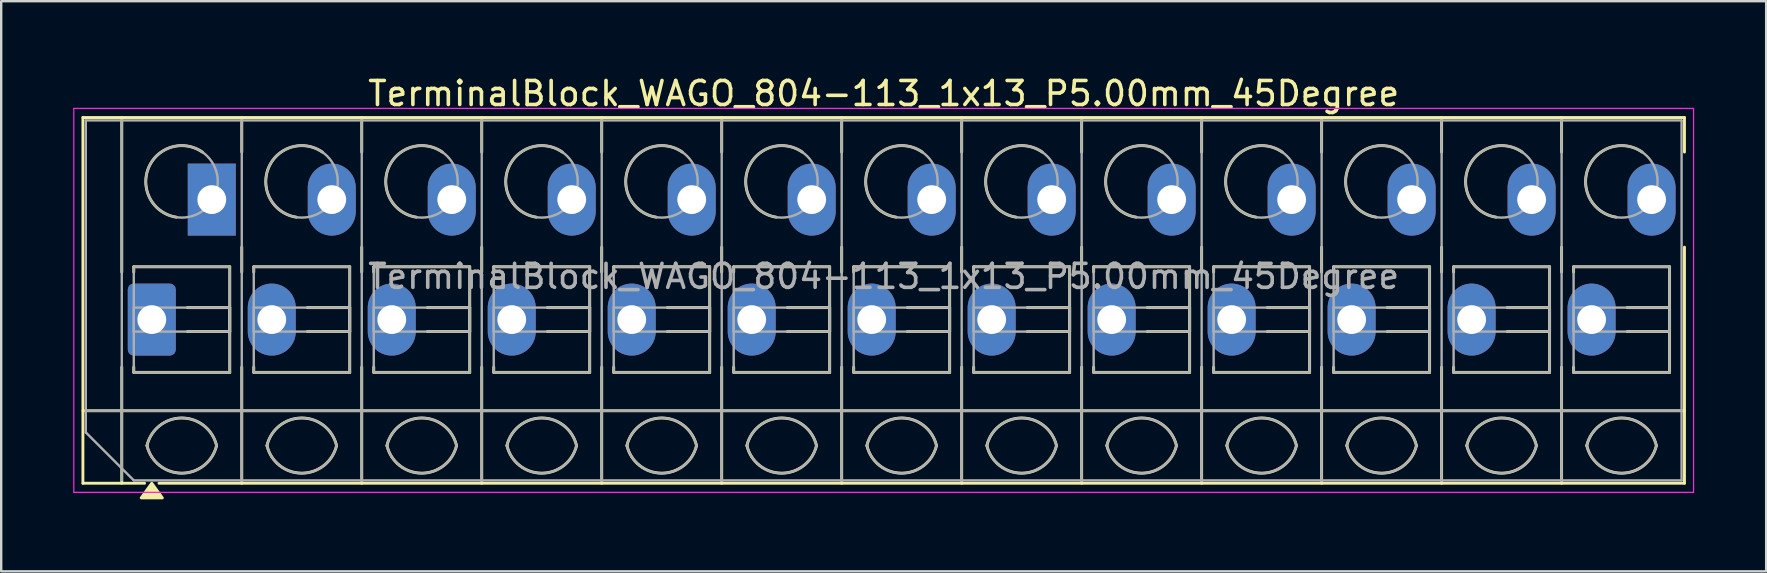
<source format=kicad_pcb>
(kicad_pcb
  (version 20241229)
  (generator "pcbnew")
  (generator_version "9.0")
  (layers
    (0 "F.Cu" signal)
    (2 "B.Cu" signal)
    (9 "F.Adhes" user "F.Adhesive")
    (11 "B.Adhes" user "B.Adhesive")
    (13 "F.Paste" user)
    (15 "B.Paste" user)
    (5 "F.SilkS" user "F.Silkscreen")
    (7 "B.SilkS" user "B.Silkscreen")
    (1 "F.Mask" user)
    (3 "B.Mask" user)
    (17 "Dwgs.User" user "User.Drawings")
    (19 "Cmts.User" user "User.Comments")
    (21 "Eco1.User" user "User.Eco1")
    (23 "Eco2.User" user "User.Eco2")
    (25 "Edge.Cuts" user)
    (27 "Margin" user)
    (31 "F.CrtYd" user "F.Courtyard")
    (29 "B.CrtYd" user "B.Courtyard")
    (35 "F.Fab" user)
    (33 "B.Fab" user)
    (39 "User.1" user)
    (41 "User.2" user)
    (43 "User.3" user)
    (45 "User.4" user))
  (footprint "TerminalBlock_WAGO_804-113_1x13_P5.00mm_45Degree"
    (layer "F.Cu")
    (at 3.275 10.268)
    (property "Reference" "TerminalBlock_WAGO_804-113_1x13_P5.00mm_45Degree" (at 30.5 -9.42 0) (layer "F.SilkS") (effects (font (size 1 1) (thickness 0.15))))
    (attr through_hole)
    (fp_line (start -2.87 -8.42) (end -2.87 6.82) (stroke (width 0.12) (type solid)) (layer "F.SilkS"))
    (fp_line (start -2.87 -8.42) (end 63.87 -8.42) (stroke (width 0.12) (type solid)) (layer "F.SilkS"))
    (fp_line (start -2.87 3.8) (end 63.87 3.8) (stroke (width 0.12) (type solid)) (layer "F.SilkS"))
    (fp_line (start -2.87 6.82) (end -0.3 6.82) (stroke (width 0.12) (type solid)) (layer "F.SilkS"))
    (fp_line (start -1.25 -8.42) (end -1.25 -1.98) (stroke (width 0.12) (type solid)) (layer "F.SilkS"))
    (fp_line (start -1.25 1.98) (end -1.25 6.82) (stroke (width 0.12) (type solid)) (layer "F.SilkS"))
    (fp_line (start -0.75 -2.2) (end -0.75 -1.98) (stroke (width 0.12) (type solid)) (layer "F.SilkS"))
    (fp_line (start -0.75 -2.2) (end 3.25 -2.2) (stroke (width 0.12) (type solid)) (layer "F.SilkS"))
    (fp_line (start -0.75 1.98) (end -0.75 2.2) (stroke (width 0.12) (type solid)) (layer "F.SilkS"))
    (fp_line (start -0.75 2.2) (end 3.25 2.2) (stroke (width 0.12) (type solid)) (layer "F.SilkS"))
    (fp_line (start 0.3 6.82) (end 63.87 6.82) (stroke (width 0.12) (type solid)) (layer "F.SilkS"))
    (fp_line (start 1.48 -0.5) (end 3.25 -0.5) (stroke (width 0.12) (type solid)) (layer "F.SilkS"))
    (fp_line (start 1.48 0.5) (end 3.25 0.5) (stroke (width 0.12) (type solid)) (layer "F.SilkS"))
    (fp_line (start 3.25 -2.2) (end 3.25 2.2) (stroke (width 0.12) (type solid)) (layer "F.SilkS"))
    (fp_line (start 3.25 -0.5) (end 3.25 0.5) (stroke (width 0.12) (type solid)) (layer "F.SilkS"))
    (fp_line (start 3.75 -8.42) (end 3.75 -6.98) (stroke (width 0.12) (type solid)) (layer "F.SilkS"))
    (fp_line (start 3.75 -3.02) (end 3.75 -1.98) (stroke (width 0.12) (type solid)) (layer "F.SilkS"))
    (fp_line (start 3.75 1.98) (end 3.75 6.82) (stroke (width 0.12) (type solid)) (layer "F.SilkS"))
    (fp_line (start 4.25 -2.2) (end 4.25 -1.98) (stroke (width 0.12) (type solid)) (layer "F.SilkS"))
    (fp_line (start 4.25 -2.2) (end 8.25 -2.2) (stroke (width 0.12) (type solid)) (layer "F.SilkS"))
    (fp_line (start 4.25 1.98) (end 4.25 2.2) (stroke (width 0.12) (type solid)) (layer "F.SilkS"))
    (fp_line (start 4.25 2.2) (end 8.25 2.2) (stroke (width 0.12) (type solid)) (layer "F.SilkS"))
    (fp_line (start 6.48 -0.5) (end 8.25 -0.5) (stroke (width 0.12) (type solid)) (layer "F.SilkS"))
    (fp_line (start 6.48 0.5) (end 8.25 0.5) (stroke (width 0.12) (type solid)) (layer "F.SilkS"))
    (fp_line (start 8.25 -2.2) (end 8.25 2.2) (stroke (width 0.12) (type solid)) (layer "F.SilkS"))
    (fp_line (start 8.25 -0.5) (end 8.25 0.5) (stroke (width 0.12) (type solid)) (layer "F.SilkS"))
    (fp_line (start 8.75 -8.42) (end 8.75 -6.98) (stroke (width 0.12) (type solid)) (layer "F.SilkS"))
    (fp_line (start 8.75 -3.02) (end 8.75 -1.98) (stroke (width 0.12) (type solid)) (layer "F.SilkS"))
    (fp_line (start 8.75 1.98) (end 8.75 6.82) (stroke (width 0.12) (type solid)) (layer "F.SilkS"))
    (fp_line (start 9.25 -2.2) (end 9.25 -1.98) (stroke (width 0.12) (type solid)) (layer "F.SilkS"))
    (fp_line (start 9.25 -2.2) (end 13.25 -2.2) (stroke (width 0.12) (type solid)) (layer "F.SilkS"))
    (fp_line (start 9.25 1.98) (end 9.25 2.2) (stroke (width 0.12) (type solid)) (layer "F.SilkS"))
    (fp_line (start 9.25 2.2) (end 13.25 2.2) (stroke (width 0.12) (type solid)) (layer "F.SilkS"))
    (fp_line (start 11.48 -0.5) (end 13.25 -0.5) (stroke (width 0.12) (type solid)) (layer "F.SilkS"))
    (fp_line (start 11.48 0.5) (end 13.25 0.5) (stroke (width 0.12) (type solid)) (layer "F.SilkS"))
    (fp_line (start 13.25 -2.2) (end 13.25 2.2) (stroke (width 0.12) (type solid)) (layer "F.SilkS"))
    (fp_line (start 13.25 -0.5) (end 13.25 0.5) (stroke (width 0.12) (type solid)) (layer "F.SilkS"))
    (fp_line (start 13.75 -8.42) (end 13.75 -6.98) (stroke (width 0.12) (type solid)) (layer "F.SilkS"))
    (fp_line (start 13.75 -3.02) (end 13.75 -1.98) (stroke (width 0.12) (type solid)) (layer "F.SilkS"))
    (fp_line (start 13.75 1.98) (end 13.75 6.82) (stroke (width 0.12) (type solid)) (layer "F.SilkS"))
    (fp_line (start 14.25 -2.2) (end 14.25 -1.98) (stroke (width 0.12) (type solid)) (layer "F.SilkS"))
    (fp_line (start 14.25 -2.2) (end 18.25 -2.2) (stroke (width 0.12) (type solid)) (layer "F.SilkS"))
    (fp_line (start 14.25 1.98) (end 14.25 2.2) (stroke (width 0.12) (type solid)) (layer "F.SilkS"))
    (fp_line (start 14.25 2.2) (end 18.25 2.2) (stroke (width 0.12) (type solid)) (layer "F.SilkS"))
    (fp_line (start 16.48 -0.5) (end 18.25 -0.5) (stroke (width 0.12) (type solid)) (layer "F.SilkS"))
    (fp_line (start 16.48 0.5) (end 18.25 0.5) (stroke (width 0.12) (type solid)) (layer "F.SilkS"))
    (fp_line (start 18.25 -2.2) (end 18.25 2.2) (stroke (width 0.12) (type solid)) (layer "F.SilkS"))
    (fp_line (start 18.25 -0.5) (end 18.25 0.5) (stroke (width 0.12) (type solid)) (layer "F.SilkS"))
    (fp_line (start 18.75 -8.42) (end 18.75 -6.98) (stroke (width 0.12) (type solid)) (layer "F.SilkS"))
    (fp_line (start 18.75 -3.02) (end 18.75 -1.98) (stroke (width 0.12) (type solid)) (layer "F.SilkS"))
    (fp_line (start 18.75 1.98) (end 18.75 6.82) (stroke (width 0.12) (type solid)) (layer "F.SilkS"))
    (fp_line (start 19.25 -2.2) (end 19.25 -1.98) (stroke (width 0.12) (type solid)) (layer "F.SilkS"))
    (fp_line (start 19.25 -2.2) (end 23.25 -2.2) (stroke (width 0.12) (type solid)) (layer "F.SilkS"))
    (fp_line (start 19.25 1.98) (end 19.25 2.2) (stroke (width 0.12) (type solid)) (layer "F.SilkS"))
    (fp_line (start 19.25 2.2) (end 23.25 2.2) (stroke (width 0.12) (type solid)) (layer "F.SilkS"))
    (fp_line (start 21.48 -0.5) (end 23.25 -0.5) (stroke (width 0.12) (type solid)) (layer "F.SilkS"))
    (fp_line (start 21.48 0.5) (end 23.25 0.5) (stroke (width 0.12) (type solid)) (layer "F.SilkS"))
    (fp_line (start 23.25 -2.2) (end 23.25 2.2) (stroke (width 0.12) (type solid)) (layer "F.SilkS"))
    (fp_line (start 23.25 -0.5) (end 23.25 0.5) (stroke (width 0.12) (type solid)) (layer "F.SilkS"))
    (fp_line (start 23.75 -8.42) (end 23.75 -6.98) (stroke (width 0.12) (type solid)) (layer "F.SilkS"))
    (fp_line (start 23.75 -3.02) (end 23.75 -1.98) (stroke (width 0.12) (type solid)) (layer "F.SilkS"))
    (fp_line (start 23.75 1.98) (end 23.75 6.82) (stroke (width 0.12) (type solid)) (layer "F.SilkS"))
    (fp_line (start 24.25 -2.2) (end 24.25 -1.98) (stroke (width 0.12) (type solid)) (layer "F.SilkS"))
    (fp_line (start 24.25 -2.2) (end 28.25 -2.2) (stroke (width 0.12) (type solid)) (layer "F.SilkS"))
    (fp_line (start 24.25 1.98) (end 24.25 2.2) (stroke (width 0.12) (type solid)) (layer "F.SilkS"))
    (fp_line (start 24.25 2.2) (end 28.25 2.2) (stroke (width 0.12) (type solid)) (layer "F.SilkS"))
    (fp_line (start 26.48 -0.5) (end 28.25 -0.5) (stroke (width 0.12) (type solid)) (layer "F.SilkS"))
    (fp_line (start 26.48 0.5) (end 28.25 0.5) (stroke (width 0.12) (type solid)) (layer "F.SilkS"))
    (fp_line (start 28.25 -2.2) (end 28.25 2.2) (stroke (width 0.12) (type solid)) (layer "F.SilkS"))
    (fp_line (start 28.25 -0.5) (end 28.25 0.5) (stroke (width 0.12) (type solid)) (layer "F.SilkS"))
    (fp_line (start 28.75 -8.42) (end 28.75 -6.98) (stroke (width 0.12) (type solid)) (layer "F.SilkS"))
    (fp_line (start 28.75 -3.02) (end 28.75 -1.98) (stroke (width 0.12) (type solid)) (layer "F.SilkS"))
    (fp_line (start 28.75 1.98) (end 28.75 6.82) (stroke (width 0.12) (type solid)) (layer "F.SilkS"))
    (fp_line (start 29.25 -2.2) (end 29.25 -1.98) (stroke (width 0.12) (type solid)) (layer "F.SilkS"))
    (fp_line (start 29.25 -2.2) (end 33.25 -2.2) (stroke (width 0.12) (type solid)) (layer "F.SilkS"))
    (fp_line (start 29.25 1.98) (end 29.25 2.2) (stroke (width 0.12) (type solid)) (layer "F.SilkS"))
    (fp_line (start 29.25 2.2) (end 33.25 2.2) (stroke (width 0.12) (type solid)) (layer "F.SilkS"))
    (fp_line (start 31.48 -0.5) (end 33.25 -0.5) (stroke (width 0.12) (type solid)) (layer "F.SilkS"))
    (fp_line (start 31.48 0.5) (end 33.25 0.5) (stroke (width 0.12) (type solid)) (layer "F.SilkS"))
    (fp_line (start 33.25 -2.2) (end 33.25 2.2) (stroke (width 0.12) (type solid)) (layer "F.SilkS"))
    (fp_line (start 33.25 -0.5) (end 33.25 0.5) (stroke (width 0.12) (type solid)) (layer "F.SilkS"))
    (fp_line (start 33.75 -8.42) (end 33.75 -6.98) (stroke (width 0.12) (type solid)) (layer "F.SilkS"))
    (fp_line (start 33.75 -3.02) (end 33.75 -1.98) (stroke (width 0.12) (type solid)) (layer "F.SilkS"))
    (fp_line (start 33.75 1.98) (end 33.75 6.82) (stroke (width 0.12) (type solid)) (layer "F.SilkS"))
    (fp_line (start 34.25 -2.2) (end 34.25 -1.98) (stroke (width 0.12) (type solid)) (layer "F.SilkS"))
    (fp_line (start 34.25 -2.2) (end 38.25 -2.2) (stroke (width 0.12) (type solid)) (layer "F.SilkS"))
    (fp_line (start 34.25 1.98) (end 34.25 2.2) (stroke (width 0.12) (type solid)) (layer "F.SilkS"))
    (fp_line (start 34.25 2.2) (end 38.25 2.2) (stroke (width 0.12) (type solid)) (layer "F.SilkS"))
    (fp_line (start 36.48 -0.5) (end 38.25 -0.5) (stroke (width 0.12) (type solid)) (layer "F.SilkS"))
    (fp_line (start 36.48 0.5) (end 38.25 0.5) (stroke (width 0.12) (type solid)) (layer "F.SilkS"))
    (fp_line (start 38.25 -2.2) (end 38.25 2.2) (stroke (width 0.12) (type solid)) (layer "F.SilkS"))
    (fp_line (start 38.25 -0.5) (end 38.25 0.5) (stroke (width 0.12) (type solid)) (layer "F.SilkS"))
    (fp_line (start 38.75 -8.42) (end 38.75 -6.98) (stroke (width 0.12) (type solid)) (layer "F.SilkS"))
    (fp_line (start 38.75 -3.02) (end 38.75 -1.98) (stroke (width 0.12) (type solid)) (layer "F.SilkS"))
    (fp_line (start 38.75 1.98) (end 38.75 6.82) (stroke (width 0.12) (type solid)) (layer "F.SilkS"))
    (fp_line (start 39.25 -2.2) (end 39.25 -1.98) (stroke (width 0.12) (type solid)) (layer "F.SilkS"))
    (fp_line (start 39.25 -2.2) (end 43.25 -2.2) (stroke (width 0.12) (type solid)) (layer "F.SilkS"))
    (fp_line (start 39.25 1.98) (end 39.25 2.2) (stroke (width 0.12) (type solid)) (layer "F.SilkS"))
    (fp_line (start 39.25 2.2) (end 43.25 2.2) (stroke (width 0.12) (type solid)) (layer "F.SilkS"))
    (fp_line (start 41.48 -0.5) (end 43.25 -0.5) (stroke (width 0.12) (type solid)) (layer "F.SilkS"))
    (fp_line (start 41.48 0.5) (end 43.25 0.5) (stroke (width 0.12) (type solid)) (layer "F.SilkS"))
    (fp_line (start 43.25 -2.2) (end 43.25 2.2) (stroke (width 0.12) (type solid)) (layer "F.SilkS"))
    (fp_line (start 43.25 -0.5) (end 43.25 0.5) (stroke (width 0.12) (type solid)) (layer "F.SilkS"))
    (fp_line (start 43.75 -8.42) (end 43.75 -6.98) (stroke (width 0.12) (type solid)) (layer "F.SilkS"))
    (fp_line (start 43.75 -3.02) (end 43.75 -1.98) (stroke (width 0.12) (type solid)) (layer "F.SilkS"))
    (fp_line (start 43.75 1.98) (end 43.75 6.82) (stroke (width 0.12) (type solid)) (layer "F.SilkS"))
    (fp_line (start 44.25 -2.2) (end 44.25 -1.98) (stroke (width 0.12) (type solid)) (layer "F.SilkS"))
    (fp_line (start 44.25 -2.2) (end 48.25 -2.2) (stroke (width 0.12) (type solid)) (layer "F.SilkS"))
    (fp_line (start 44.25 1.98) (end 44.25 2.2) (stroke (width 0.12) (type solid)) (layer "F.SilkS"))
    (fp_line (start 44.25 2.2) (end 48.25 2.2) (stroke (width 0.12) (type solid)) (layer "F.SilkS"))
    (fp_line (start 46.48 -0.5) (end 48.25 -0.5) (stroke (width 0.12) (type solid)) (layer "F.SilkS"))
    (fp_line (start 46.48 0.5) (end 48.25 0.5) (stroke (width 0.12) (type solid)) (layer "F.SilkS"))
    (fp_line (start 48.25 -2.2) (end 48.25 2.2) (stroke (width 0.12) (type solid)) (layer "F.SilkS"))
    (fp_line (start 48.25 -0.5) (end 48.25 0.5) (stroke (width 0.12) (type solid)) (layer "F.SilkS"))
    (fp_line (start 48.75 -8.42) (end 48.75 -6.98) (stroke (width 0.12) (type solid)) (layer "F.SilkS"))
    (fp_line (start 48.75 -3.02) (end 48.75 -1.98) (stroke (width 0.12) (type solid)) (layer "F.SilkS"))
    (fp_line (start 48.75 1.98) (end 48.75 6.82) (stroke (width 0.12) (type solid)) (layer "F.SilkS"))
    (fp_line (start 49.25 -2.2) (end 49.25 -1.98) (stroke (width 0.12) (type solid)) (layer "F.SilkS"))
    (fp_line (start 49.25 -2.2) (end 53.25 -2.2) (stroke (width 0.12) (type solid)) (layer "F.SilkS"))
    (fp_line (start 49.25 1.98) (end 49.25 2.2) (stroke (width 0.12) (type solid)) (layer "F.SilkS"))
    (fp_line (start 49.25 2.2) (end 53.25 2.2) (stroke (width 0.12) (type solid)) (layer "F.SilkS"))
    (fp_line (start 51.48 -0.5) (end 53.25 -0.5) (stroke (width 0.12) (type solid)) (layer "F.SilkS"))
    (fp_line (start 51.48 0.5) (end 53.25 0.5) (stroke (width 0.12) (type solid)) (layer "F.SilkS"))
    (fp_line (start 53.25 -2.2) (end 53.25 2.2) (stroke (width 0.12) (type solid)) (layer "F.SilkS"))
    (fp_line (start 53.25 -0.5) (end 53.25 0.5) (stroke (width 0.12) (type solid)) (layer "F.SilkS"))
    (fp_line (start 53.75 -8.42) (end 53.75 -6.98) (stroke (width 0.12) (type solid)) (layer "F.SilkS"))
    (fp_line (start 53.75 -3.02) (end 53.75 -1.98) (stroke (width 0.12) (type solid)) (layer "F.SilkS"))
    (fp_line (start 53.75 1.98) (end 53.75 6.82) (stroke (width 0.12) (type solid)) (layer "F.SilkS"))
    (fp_line (start 54.25 -2.2) (end 54.25 -1.98) (stroke (width 0.12) (type solid)) (layer "F.SilkS"))
    (fp_line (start 54.25 -2.2) (end 58.25 -2.2) (stroke (width 0.12) (type solid)) (layer "F.SilkS"))
    (fp_line (start 54.25 1.98) (end 54.25 2.2) (stroke (width 0.12) (type solid)) (layer "F.SilkS"))
    (fp_line (start 54.25 2.2) (end 58.25 2.2) (stroke (width 0.12) (type solid)) (layer "F.SilkS"))
    (fp_line (start 56.48 -0.5) (end 58.25 -0.5) (stroke (width 0.12) (type solid)) (layer "F.SilkS"))
    (fp_line (start 56.48 0.5) (end 58.25 0.5) (stroke (width 0.12) (type solid)) (layer "F.SilkS"))
    (fp_line (start 58.25 -2.2) (end 58.25 2.2) (stroke (width 0.12) (type solid)) (layer "F.SilkS"))
    (fp_line (start 58.25 -0.5) (end 58.25 0.5) (stroke (width 0.12) (type solid)) (layer "F.SilkS"))
    (fp_line (start 58.75 -8.42) (end 58.75 -6.98) (stroke (width 0.12) (type solid)) (layer "F.SilkS"))
    (fp_line (start 58.75 -3.02) (end 58.75 -1.98) (stroke (width 0.12) (type solid)) (layer "F.SilkS"))
    (fp_line (start 58.75 1.98) (end 58.75 6.82) (stroke (width 0.12) (type solid)) (layer "F.SilkS"))
    (fp_line (start 59.25 -2.2) (end 59.25 -1.98) (stroke (width 0.12) (type solid)) (layer "F.SilkS"))
    (fp_line (start 59.25 -2.2) (end 63.25 -2.2) (stroke (width 0.12) (type solid)) (layer "F.SilkS"))
    (fp_line (start 59.25 1.98) (end 59.25 2.2) (stroke (width 0.12) (type solid)) (layer "F.SilkS"))
    (fp_line (start 59.25 2.2) (end 63.25 2.2) (stroke (width 0.12) (type solid)) (layer "F.SilkS"))
    (fp_line (start 61.48 -0.5) (end 63.25 -0.5) (stroke (width 0.12) (type solid)) (layer "F.SilkS"))
    (fp_line (start 61.48 0.5) (end 63.25 0.5) (stroke (width 0.12) (type solid)) (layer "F.SilkS"))
    (fp_line (start 63.25 -2.2) (end 63.25 2.2) (stroke (width 0.12) (type solid)) (layer "F.SilkS"))
    (fp_line (start 63.25 -0.5) (end 63.25 0.5) (stroke (width 0.12) (type solid)) (layer "F.SilkS"))
    (fp_line (start 63.87 -8.42) (end 63.87 -6.98) (stroke (width 0.12) (type solid)) (layer "F.SilkS"))
    (fp_line (start 63.87 -3.02) (end 63.87 6.82) (stroke (width 0.12) (type solid)) (layer "F.SilkS"))
    (fp_arc (start -0.2 5.25) (mid 1.25 4.1) (end 2.7 5.25) (stroke (width 0.12) (type solid)) (layer "F.SilkS"))
    (fp_arc (start 1.02 -4.268) (mid -0.141916 -6.309209) (end 2.109 -6.98) (stroke (width 0.12) (type solid)) (layer "F.SilkS"))
    (fp_arc (start 2.7 5.25) (mid 1.25 6.4) (end -0.2 5.25) (stroke (width 0.12) (type solid)) (layer "F.SilkS"))
    (fp_arc (start 4.8 5.25) (mid 6.25 4.1) (end 7.7 5.25) (stroke (width 0.12) (type solid)) (layer "F.SilkS"))
    (fp_arc (start 6.02 -4.268) (mid 4.858084 -6.309209) (end 7.109 -6.98) (stroke (width 0.12) (type solid)) (layer "F.SilkS"))
    (fp_arc (start 7.7 5.25) (mid 6.25 6.4) (end 4.8 5.25) (stroke (width 0.12) (type solid)) (layer "F.SilkS"))
    (fp_arc (start 9.8 5.25) (mid 11.25 4.1) (end 12.7 5.25) (stroke (width 0.12) (type solid)) (layer "F.SilkS"))
    (fp_arc (start 11.02 -4.268) (mid 9.858084 -6.309209) (end 12.109 -6.98) (stroke (width 0.12) (type solid)) (layer "F.SilkS"))
    (fp_arc (start 12.7 5.25) (mid 11.25 6.4) (end 9.8 5.25) (stroke (width 0.12) (type solid)) (layer "F.SilkS"))
    (fp_arc (start 14.8 5.25) (mid 16.25 4.1) (end 17.7 5.25) (stroke (width 0.12) (type solid)) (layer "F.SilkS"))
    (fp_arc (start 16.02 -4.268) (mid 14.858084 -6.309209) (end 17.109 -6.98) (stroke (width 0.12) (type solid)) (layer "F.SilkS"))
    (fp_arc (start 17.7 5.25) (mid 16.25 6.4) (end 14.8 5.25) (stroke (width 0.12) (type solid)) (layer "F.SilkS"))
    (fp_arc (start 19.8 5.25) (mid 21.25 4.1) (end 22.7 5.25) (stroke (width 0.12) (type solid)) (layer "F.SilkS"))
    (fp_arc (start 21.02 -4.268) (mid 19.858084 -6.309209) (end 22.109 -6.98) (stroke (width 0.12) (type solid)) (layer "F.SilkS"))
    (fp_arc (start 22.7 5.25) (mid 21.25 6.4) (end 19.8 5.25) (stroke (width 0.12) (type solid)) (layer "F.SilkS"))
    (fp_arc (start 24.8 5.25) (mid 26.25 4.1) (end 27.7 5.25) (stroke (width 0.12) (type solid)) (layer "F.SilkS"))
    (fp_arc (start 26.02 -4.268) (mid 24.858084 -6.309209) (end 27.109 -6.98) (stroke (width 0.12) (type solid)) (layer "F.SilkS"))
    (fp_arc (start 27.7 5.25) (mid 26.25 6.4) (end 24.8 5.25) (stroke (width 0.12) (type solid)) (layer "F.SilkS"))
    (fp_arc (start 29.8 5.25) (mid 31.25 4.1) (end 32.7 5.25) (stroke (width 0.12) (type solid)) (layer "F.SilkS"))
    (fp_arc (start 31.02 -4.268) (mid 29.858084 -6.309209) (end 32.109 -6.98) (stroke (width 0.12) (type solid)) (layer "F.SilkS"))
    (fp_arc (start 32.7 5.25) (mid 31.25 6.4) (end 29.8 5.25) (stroke (width 0.12) (type solid)) (layer "F.SilkS"))
    (fp_arc (start 34.8 5.25) (mid 36.25 4.1) (end 37.7 5.25) (stroke (width 0.12) (type solid)) (layer "F.SilkS"))
    (fp_arc (start 36.02 -4.268) (mid 34.858084 -6.309209) (end 37.109 -6.98) (stroke (width 0.12) (type solid)) (layer "F.SilkS"))
    (fp_arc (start 37.7 5.25) (mid 36.25 6.4) (end 34.8 5.25) (stroke (width 0.12) (type solid)) (layer "F.SilkS"))
    (fp_arc (start 39.8 5.25) (mid 41.25 4.1) (end 42.7 5.25) (stroke (width 0.12) (type solid)) (layer "F.SilkS"))
    (fp_arc (start 41.02 -4.268) (mid 39.858084 -6.309209) (end 42.109 -6.98) (stroke (width 0.12) (type solid)) (layer "F.SilkS"))
    (fp_arc (start 42.7 5.25) (mid 41.25 6.4) (end 39.8 5.25) (stroke (width 0.12) (type solid)) (layer "F.SilkS"))
    (fp_arc (start 44.8 5.25) (mid 46.25 4.1) (end 47.7 5.25) (stroke (width 0.12) (type solid)) (layer "F.SilkS"))
    (fp_arc (start 46.02 -4.268) (mid 44.858084 -6.309209) (end 47.109 -6.98) (stroke (width 0.12) (type solid)) (layer "F.SilkS"))
    (fp_arc (start 47.7 5.25) (mid 46.25 6.4) (end 44.8 5.25) (stroke (width 0.12) (type solid)) (layer "F.SilkS"))
    (fp_arc (start 49.8 5.25) (mid 51.25 4.1) (end 52.7 5.25) (stroke (width 0.12) (type solid)) (layer "F.SilkS"))
    (fp_arc (start 51.02 -4.268) (mid 49.858084 -6.309209) (end 52.109 -6.98) (stroke (width 0.12) (type solid)) (layer "F.SilkS"))
    (fp_arc (start 52.7 5.25) (mid 51.25 6.4) (end 49.8 5.25) (stroke (width 0.12) (type solid)) (layer "F.SilkS"))
    (fp_arc (start 54.8 5.25) (mid 56.25 4.1) (end 57.7 5.25) (stroke (width 0.12) (type solid)) (layer "F.SilkS"))
    (fp_arc (start 56.02 -4.268) (mid 54.858084 -6.309209) (end 57.109 -6.98) (stroke (width 0.12) (type solid)) (layer "F.SilkS"))
    (fp_arc (start 57.7 5.25) (mid 56.25 6.4) (end 54.8 5.25) (stroke (width 0.12) (type solid)) (layer "F.SilkS"))
    (fp_arc (start 59.8 5.25) (mid 61.25 4.1) (end 62.7 5.25) (stroke (width 0.12) (type solid)) (layer "F.SilkS"))
    (fp_arc (start 61.02 -4.268) (mid 59.858084 -6.309209) (end 62.109 -6.98) (stroke (width 0.12) (type solid)) (layer "F.SilkS"))
    (fp_arc (start 62.7 5.25) (mid 61.25 6.4) (end 59.8 5.25) (stroke (width 0.12) (type solid)) (layer "F.SilkS"))
    (fp_poly (pts (xy 0 6.82) (xy 0.44 7.43) (xy -0.44 7.43)) (stroke (width 0.12) (type solid)) (fill yes) (layer "F.SilkS"))
    (fp_line (start -3.25 -8.8) (end -3.25 7.2) (stroke (width 0.05) (type solid)) (layer "F.CrtYd"))
    (fp_line (start -3.25 7.2) (end 64.25 7.2) (stroke (width 0.05) (type solid)) (layer "F.CrtYd"))
    (fp_line (start 64.25 -8.8) (end -3.25 -8.8) (stroke (width 0.05) (type solid)) (layer "F.CrtYd"))
    (fp_line (start 64.25 7.2) (end 64.25 -8.8) (stroke (width 0.05) (type solid)) (layer "F.CrtYd"))
    (fp_line (start -2.75 -8.3) (end 63.75 -8.3) (stroke (width 0.1) (type solid)) (layer "F.Fab"))
    (fp_line (start -2.75 3.8) (end 63.75 3.8) (stroke (width 0.1) (type solid)) (layer "F.Fab"))
    (fp_line (start -2.75 4.7) (end -2.75 -8.3) (stroke (width 0.1) (type solid)) (layer "F.Fab"))
    (fp_line (start -1.25 -8.3) (end -1.25 6.7) (stroke (width 0.1) (type solid)) (layer "F.Fab"))
    (fp_line (start -0.75 -2.2) (end -0.75 2.2) (stroke (width 0.1) (type solid)) (layer "F.Fab"))
    (fp_line (start -0.75 -0.5) (end -0.75 0.5) (stroke (width 0.1) (type solid)) (layer "F.Fab"))
    (fp_line (start -0.75 0.5) (end 3.25 0.5) (stroke (width 0.1) (type solid)) (layer "F.Fab"))
    (fp_line (start -0.75 2.2) (end 3.25 2.2) (stroke (width 0.1) (type solid)) (layer "F.Fab"))
    (fp_line (start -0.75 6.7) (end -2.75 4.7) (stroke (width 0.1) (type solid)) (layer "F.Fab"))
    (fp_line (start 3.25 -2.2) (end -0.75 -2.2) (stroke (width 0.1) (type solid)) (layer "F.Fab"))
    (fp_line (start 3.25 -0.5) (end -0.75 -0.5) (stroke (width 0.1) (type solid)) (layer "F.Fab"))
    (fp_line (start 3.25 0.5) (end 3.25 -0.5) (stroke (width 0.1) (type solid)) (layer "F.Fab"))
    (fp_line (start 3.25 2.2) (end 3.25 -2.2) (stroke (width 0.1) (type solid)) (layer "F.Fab"))
    (fp_line (start 3.75 -8.3) (end 3.75 6.7) (stroke (width 0.1) (type solid)) (layer "F.Fab"))
    (fp_line (start 4.25 -2.2) (end 4.25 2.2) (stroke (width 0.1) (type solid)) (layer "F.Fab"))
    (fp_line (start 4.25 -0.5) (end 4.25 0.5) (stroke (width 0.1) (type solid)) (layer "F.Fab"))
    (fp_line (start 4.25 0.5) (end 8.25 0.5) (stroke (width 0.1) (type solid)) (layer "F.Fab"))
    (fp_line (start 4.25 2.2) (end 8.25 2.2) (stroke (width 0.1) (type solid)) (layer "F.Fab"))
    (fp_line (start 8.25 -2.2) (end 4.25 -2.2) (stroke (width 0.1) (type solid)) (layer "F.Fab"))
    (fp_line (start 8.25 -0.5) (end 4.25 -0.5) (stroke (width 0.1) (type solid)) (layer "F.Fab"))
    (fp_line (start 8.25 0.5) (end 8.25 -0.5) (stroke (width 0.1) (type solid)) (layer "F.Fab"))
    (fp_line (start 8.25 2.2) (end 8.25 -2.2) (stroke (width 0.1) (type solid)) (layer "F.Fab"))
    (fp_line (start 8.75 -8.3) (end 8.75 6.7) (stroke (width 0.1) (type solid)) (layer "F.Fab"))
    (fp_line (start 9.25 -2.2) (end 9.25 2.2) (stroke (width 0.1) (type solid)) (layer "F.Fab"))
    (fp_line (start 9.25 -0.5) (end 9.25 0.5) (stroke (width 0.1) (type solid)) (layer "F.Fab"))
    (fp_line (start 9.25 0.5) (end 13.25 0.5) (stroke (width 0.1) (type solid)) (layer "F.Fab"))
    (fp_line (start 9.25 2.2) (end 13.25 2.2) (stroke (width 0.1) (type solid)) (layer "F.Fab"))
    (fp_line (start 13.25 -2.2) (end 9.25 -2.2) (stroke (width 0.1) (type solid)) (layer "F.Fab"))
    (fp_line (start 13.25 -0.5) (end 9.25 -0.5) (stroke (width 0.1) (type solid)) (layer "F.Fab"))
    (fp_line (start 13.25 0.5) (end 13.25 -0.5) (stroke (width 0.1) (type solid)) (layer "F.Fab"))
    (fp_line (start 13.25 2.2) (end 13.25 -2.2) (stroke (width 0.1) (type solid)) (layer "F.Fab"))
    (fp_line (start 13.75 -8.3) (end 13.75 6.7) (stroke (width 0.1) (type solid)) (layer "F.Fab"))
    (fp_line (start 14.25 -2.2) (end 14.25 2.2) (stroke (width 0.1) (type solid)) (layer "F.Fab"))
    (fp_line (start 14.25 -0.5) (end 14.25 0.5) (stroke (width 0.1) (type solid)) (layer "F.Fab"))
    (fp_line (start 14.25 0.5) (end 18.25 0.5) (stroke (width 0.1) (type solid)) (layer "F.Fab"))
    (fp_line (start 14.25 2.2) (end 18.25 2.2) (stroke (width 0.1) (type solid)) (layer "F.Fab"))
    (fp_line (start 18.25 -2.2) (end 14.25 -2.2) (stroke (width 0.1) (type solid)) (layer "F.Fab"))
    (fp_line (start 18.25 -0.5) (end 14.25 -0.5) (stroke (width 0.1) (type solid)) (layer "F.Fab"))
    (fp_line (start 18.25 0.5) (end 18.25 -0.5) (stroke (width 0.1) (type solid)) (layer "F.Fab"))
    (fp_line (start 18.25 2.2) (end 18.25 -2.2) (stroke (width 0.1) (type solid)) (layer "F.Fab"))
    (fp_line (start 18.75 -8.3) (end 18.75 6.7) (stroke (width 0.1) (type solid)) (layer "F.Fab"))
    (fp_line (start 19.25 -2.2) (end 19.25 2.2) (stroke (width 0.1) (type solid)) (layer "F.Fab"))
    (fp_line (start 19.25 -0.5) (end 19.25 0.5) (stroke (width 0.1) (type solid)) (layer "F.Fab"))
    (fp_line (start 19.25 0.5) (end 23.25 0.5) (stroke (width 0.1) (type solid)) (layer "F.Fab"))
    (fp_line (start 19.25 2.2) (end 23.25 2.2) (stroke (width 0.1) (type solid)) (layer "F.Fab"))
    (fp_line (start 23.25 -2.2) (end 19.25 -2.2) (stroke (width 0.1) (type solid)) (layer "F.Fab"))
    (fp_line (start 23.25 -0.5) (end 19.25 -0.5) (stroke (width 0.1) (type solid)) (layer "F.Fab"))
    (fp_line (start 23.25 0.5) (end 23.25 -0.5) (stroke (width 0.1) (type solid)) (layer "F.Fab"))
    (fp_line (start 23.25 2.2) (end 23.25 -2.2) (stroke (width 0.1) (type solid)) (layer "F.Fab"))
    (fp_line (start 23.75 -8.3) (end 23.75 6.7) (stroke (width 0.1) (type solid)) (layer "F.Fab"))
    (fp_line (start 24.25 -2.2) (end 24.25 2.2) (stroke (width 0.1) (type solid)) (layer "F.Fab"))
    (fp_line (start 24.25 -0.5) (end 24.25 0.5) (stroke (width 0.1) (type solid)) (layer "F.Fab"))
    (fp_line (start 24.25 0.5) (end 28.25 0.5) (stroke (width 0.1) (type solid)) (layer "F.Fab"))
    (fp_line (start 24.25 2.2) (end 28.25 2.2) (stroke (width 0.1) (type solid)) (layer "F.Fab"))
    (fp_line (start 28.25 -2.2) (end 24.25 -2.2) (stroke (width 0.1) (type solid)) (layer "F.Fab"))
    (fp_line (start 28.25 -0.5) (end 24.25 -0.5) (stroke (width 0.1) (type solid)) (layer "F.Fab"))
    (fp_line (start 28.25 0.5) (end 28.25 -0.5) (stroke (width 0.1) (type solid)) (layer "F.Fab"))
    (fp_line (start 28.25 2.2) (end 28.25 -2.2) (stroke (width 0.1) (type solid)) (layer "F.Fab"))
    (fp_line (start 28.75 -8.3) (end 28.75 6.7) (stroke (width 0.1) (type solid)) (layer "F.Fab"))
    (fp_line (start 29.25 -2.2) (end 29.25 2.2) (stroke (width 0.1) (type solid)) (layer "F.Fab"))
    (fp_line (start 29.25 -0.5) (end 29.25 0.5) (stroke (width 0.1) (type solid)) (layer "F.Fab"))
    (fp_line (start 29.25 0.5) (end 33.25 0.5) (stroke (width 0.1) (type solid)) (layer "F.Fab"))
    (fp_line (start 29.25 2.2) (end 33.25 2.2) (stroke (width 0.1) (type solid)) (layer "F.Fab"))
    (fp_line (start 33.25 -2.2) (end 29.25 -2.2) (stroke (width 0.1) (type solid)) (layer "F.Fab"))
    (fp_line (start 33.25 -0.5) (end 29.25 -0.5) (stroke (width 0.1) (type solid)) (layer "F.Fab"))
    (fp_line (start 33.25 0.5) (end 33.25 -0.5) (stroke (width 0.1) (type solid)) (layer "F.Fab"))
    (fp_line (start 33.25 2.2) (end 33.25 -2.2) (stroke (width 0.1) (type solid)) (layer "F.Fab"))
    (fp_line (start 33.75 -8.3) (end 33.75 6.7) (stroke (width 0.1) (type solid)) (layer "F.Fab"))
    (fp_line (start 34.25 -2.2) (end 34.25 2.2) (stroke (width 0.1) (type solid)) (layer "F.Fab"))
    (fp_line (start 34.25 -0.5) (end 34.25 0.5) (stroke (width 0.1) (type solid)) (layer "F.Fab"))
    (fp_line (start 34.25 0.5) (end 38.25 0.5) (stroke (width 0.1) (type solid)) (layer "F.Fab"))
    (fp_line (start 34.25 2.2) (end 38.25 2.2) (stroke (width 0.1) (type solid)) (layer "F.Fab"))
    (fp_line (start 38.25 -2.2) (end 34.25 -2.2) (stroke (width 0.1) (type solid)) (layer "F.Fab"))
    (fp_line (start 38.25 -0.5) (end 34.25 -0.5) (stroke (width 0.1) (type solid)) (layer "F.Fab"))
    (fp_line (start 38.25 0.5) (end 38.25 -0.5) (stroke (width 0.1) (type solid)) (layer "F.Fab"))
    (fp_line (start 38.25 2.2) (end 38.25 -2.2) (stroke (width 0.1) (type solid)) (layer "F.Fab"))
    (fp_line (start 38.75 -8.3) (end 38.75 6.7) (stroke (width 0.1) (type solid)) (layer "F.Fab"))
    (fp_line (start 39.25 -2.2) (end 39.25 2.2) (stroke (width 0.1) (type solid)) (layer "F.Fab"))
    (fp_line (start 39.25 -0.5) (end 39.25 0.5) (stroke (width 0.1) (type solid)) (layer "F.Fab"))
    (fp_line (start 39.25 0.5) (end 43.25 0.5) (stroke (width 0.1) (type solid)) (layer "F.Fab"))
    (fp_line (start 39.25 2.2) (end 43.25 2.2) (stroke (width 0.1) (type solid)) (layer "F.Fab"))
    (fp_line (start 43.25 -2.2) (end 39.25 -2.2) (stroke (width 0.1) (type solid)) (layer "F.Fab"))
    (fp_line (start 43.25 -0.5) (end 39.25 -0.5) (stroke (width 0.1) (type solid)) (layer "F.Fab"))
    (fp_line (start 43.25 0.5) (end 43.25 -0.5) (stroke (width 0.1) (type solid)) (layer "F.Fab"))
    (fp_line (start 43.25 2.2) (end 43.25 -2.2) (stroke (width 0.1) (type solid)) (layer "F.Fab"))
    (fp_line (start 43.75 -8.3) (end 43.75 6.7) (stroke (width 0.1) (type solid)) (layer "F.Fab"))
    (fp_line (start 44.25 -2.2) (end 44.25 2.2) (stroke (width 0.1) (type solid)) (layer "F.Fab"))
    (fp_line (start 44.25 -0.5) (end 44.25 0.5) (stroke (width 0.1) (type solid)) (layer "F.Fab"))
    (fp_line (start 44.25 0.5) (end 48.25 0.5) (stroke (width 0.1) (type solid)) (layer "F.Fab"))
    (fp_line (start 44.25 2.2) (end 48.25 2.2) (stroke (width 0.1) (type solid)) (layer "F.Fab"))
    (fp_line (start 48.25 -2.2) (end 44.25 -2.2) (stroke (width 0.1) (type solid)) (layer "F.Fab"))
    (fp_line (start 48.25 -0.5) (end 44.25 -0.5) (stroke (width 0.1) (type solid)) (layer "F.Fab"))
    (fp_line (start 48.25 0.5) (end 48.25 -0.5) (stroke (width 0.1) (type solid)) (layer "F.Fab"))
    (fp_line (start 48.25 2.2) (end 48.25 -2.2) (stroke (width 0.1) (type solid)) (layer "F.Fab"))
    (fp_line (start 48.75 -8.3) (end 48.75 6.7) (stroke (width 0.1) (type solid)) (layer "F.Fab"))
    (fp_line (start 49.25 -2.2) (end 49.25 2.2) (stroke (width 0.1) (type solid)) (layer "F.Fab"))
    (fp_line (start 49.25 -0.5) (end 49.25 0.5) (stroke (width 0.1) (type solid)) (layer "F.Fab"))
    (fp_line (start 49.25 0.5) (end 53.25 0.5) (stroke (width 0.1) (type solid)) (layer "F.Fab"))
    (fp_line (start 49.25 2.2) (end 53.25 2.2) (stroke (width 0.1) (type solid)) (layer "F.Fab"))
    (fp_line (start 53.25 -2.2) (end 49.25 -2.2) (stroke (width 0.1) (type solid)) (layer "F.Fab"))
    (fp_line (start 53.25 -0.5) (end 49.25 -0.5) (stroke (width 0.1) (type solid)) (layer "F.Fab"))
    (fp_line (start 53.25 0.5) (end 53.25 -0.5) (stroke (width 0.1) (type solid)) (layer "F.Fab"))
    (fp_line (start 53.25 2.2) (end 53.25 -2.2) (stroke (width 0.1) (type solid)) (layer "F.Fab"))
    (fp_line (start 53.75 -8.3) (end 53.75 6.7) (stroke (width 0.1) (type solid)) (layer "F.Fab"))
    (fp_line (start 54.25 -2.2) (end 54.25 2.2) (stroke (width 0.1) (type solid)) (layer "F.Fab"))
    (fp_line (start 54.25 -0.5) (end 54.25 0.5) (stroke (width 0.1) (type solid)) (layer "F.Fab"))
    (fp_line (start 54.25 0.5) (end 58.25 0.5) (stroke (width 0.1) (type solid)) (layer "F.Fab"))
    (fp_line (start 54.25 2.2) (end 58.25 2.2) (stroke (width 0.1) (type solid)) (layer "F.Fab"))
    (fp_line (start 58.25 -2.2) (end 54.25 -2.2) (stroke (width 0.1) (type solid)) (layer "F.Fab"))
    (fp_line (start 58.25 -0.5) (end 54.25 -0.5) (stroke (width 0.1) (type solid)) (layer "F.Fab"))
    (fp_line (start 58.25 0.5) (end 58.25 -0.5) (stroke (width 0.1) (type solid)) (layer "F.Fab"))
    (fp_line (start 58.25 2.2) (end 58.25 -2.2) (stroke (width 0.1) (type solid)) (layer "F.Fab"))
    (fp_line (start 58.75 -8.3) (end 58.75 6.7) (stroke (width 0.1) (type solid)) (layer "F.Fab"))
    (fp_line (start 59.25 -2.2) (end 59.25 2.2) (stroke (width 0.1) (type solid)) (layer "F.Fab"))
    (fp_line (start 59.25 -0.5) (end 59.25 0.5) (stroke (width 0.1) (type solid)) (layer "F.Fab"))
    (fp_line (start 59.25 0.5) (end 63.25 0.5) (stroke (width 0.1) (type solid)) (layer "F.Fab"))
    (fp_line (start 59.25 2.2) (end 63.25 2.2) (stroke (width 0.1) (type solid)) (layer "F.Fab"))
    (fp_line (start 63.25 -2.2) (end 59.25 -2.2) (stroke (width 0.1) (type solid)) (layer "F.Fab"))
    (fp_line (start 63.25 -0.5) (end 59.25 -0.5) (stroke (width 0.1) (type solid)) (layer "F.Fab"))
    (fp_line (start 63.25 0.5) (end 63.25 -0.5) (stroke (width 0.1) (type solid)) (layer "F.Fab"))
    (fp_line (start 63.25 2.2) (end 63.25 -2.2) (stroke (width 0.1) (type solid)) (layer "F.Fab"))
    (fp_line (start 63.75 -8.3) (end 63.75 6.7) (stroke (width 0.1) (type solid)) (layer "F.Fab"))
    (fp_line (start 63.75 6.7) (end -0.75 6.7) (stroke (width 0.1) (type solid)) (layer "F.Fab"))
    (fp_arc (start -0.2 5.25) (mid 1.25 4.1) (end 2.7 5.25) (stroke (width 0.1) (type solid)) (layer "F.Fab"))
    (fp_arc (start 2.7 5.25) (mid 1.25 6.4) (end -0.2 5.25) (stroke (width 0.1) (type solid)) (layer "F.Fab"))
    (fp_arc (start 4.8 5.25) (mid 6.25 4.1) (end 7.7 5.25) (stroke (width 0.1) (type solid)) (layer "F.Fab"))
    (fp_arc (start 7.7 5.25) (mid 6.25 6.4) (end 4.8 5.25) (stroke (width 0.1) (type solid)) (layer "F.Fab"))
    (fp_arc (start 9.8 5.25) (mid 11.25 4.1) (end 12.7 5.25) (stroke (width 0.1) (type solid)) (layer "F.Fab"))
    (fp_arc (start 12.7 5.25) (mid 11.25 6.4) (end 9.8 5.25) (stroke (width 0.1) (type solid)) (layer "F.Fab"))
    (fp_arc (start 14.8 5.25) (mid 16.25 4.1) (end 17.7 5.25) (stroke (width 0.1) (type solid)) (layer "F.Fab"))
    (fp_arc (start 17.7 5.25) (mid 16.25 6.4) (end 14.8 5.25) (stroke (width 0.1) (type solid)) (layer "F.Fab"))
    (fp_arc (start 19.8 5.25) (mid 21.25 4.1) (end 22.7 5.25) (stroke (width 0.1) (type solid)) (layer "F.Fab"))
    (fp_arc (start 22.7 5.25) (mid 21.25 6.4) (end 19.8 5.25) (stroke (width 0.1) (type solid)) (layer "F.Fab"))
    (fp_arc (start 24.8 5.25) (mid 26.25 4.1) (end 27.7 5.25) (stroke (width 0.1) (type solid)) (layer "F.Fab"))
    (fp_arc (start 27.7 5.25) (mid 26.25 6.4) (end 24.8 5.25) (stroke (width 0.1) (type solid)) (layer "F.Fab"))
    (fp_arc (start 29.8 5.25) (mid 31.25 4.1) (end 32.7 5.25) (stroke (width 0.1) (type solid)) (layer "F.Fab"))
    (fp_arc (start 32.7 5.25) (mid 31.25 6.4) (end 29.8 5.25) (stroke (width 0.1) (type solid)) (layer "F.Fab"))
    (fp_arc (start 34.8 5.25) (mid 36.25 4.1) (end 37.7 5.25) (stroke (width 0.1) (type solid)) (layer "F.Fab"))
    (fp_arc (start 37.7 5.25) (mid 36.25 6.4) (end 34.8 5.25) (stroke (width 0.1) (type solid)) (layer "F.Fab"))
    (fp_arc (start 39.8 5.25) (mid 41.25 4.1) (end 42.7 5.25) (stroke (width 0.1) (type solid)) (layer "F.Fab"))
    (fp_arc (start 42.7 5.25) (mid 41.25 6.4) (end 39.8 5.25) (stroke (width 0.1) (type solid)) (layer "F.Fab"))
    (fp_arc (start 44.8 5.25) (mid 46.25 4.1) (end 47.7 5.25) (stroke (width 0.1) (type solid)) (layer "F.Fab"))
    (fp_arc (start 47.7 5.25) (mid 46.25 6.4) (end 44.8 5.25) (stroke (width 0.1) (type solid)) (layer "F.Fab"))
    (fp_arc (start 49.8 5.25) (mid 51.25 4.1) (end 52.7 5.25) (stroke (width 0.1) (type solid)) (layer "F.Fab"))
    (fp_arc (start 52.7 5.25) (mid 51.25 6.4) (end 49.8 5.25) (stroke (width 0.1) (type solid)) (layer "F.Fab"))
    (fp_arc (start 54.8 5.25) (mid 56.25 4.1) (end 57.7 5.25) (stroke (width 0.1) (type solid)) (layer "F.Fab"))
    (fp_arc (start 57.7 5.25) (mid 56.25 6.4) (end 54.8 5.25) (stroke (width 0.1) (type solid)) (layer "F.Fab"))
    (fp_arc (start 59.8 5.25) (mid 61.25 4.1) (end 62.7 5.25) (stroke (width 0.1) (type solid)) (layer "F.Fab"))
    (fp_arc (start 62.7 5.25) (mid 61.25 6.4) (end 59.8 5.25) (stroke (width 0.1) (type solid)) (layer "F.Fab"))
    (fp_circle (center 1.25 -5.75) (end 2.75 -5.75) (stroke (width 0.1) (type solid)) (fill no) (layer "F.Fab"))
    (fp_circle (center 6.25 -5.75) (end 7.75 -5.75) (stroke (width 0.1) (type solid)) (fill no) (layer "F.Fab"))
    (fp_circle (center 11.25 -5.75) (end 12.75 -5.75) (stroke (width 0.1) (type solid)) (fill no) (layer "F.Fab"))
    (fp_circle (center 16.25 -5.75) (end 17.75 -5.75) (stroke (width 0.1) (type solid)) (fill no) (layer "F.Fab"))
    (fp_circle (center 21.25 -5.75) (end 22.75 -5.75) (stroke (width 0.1) (type solid)) (fill no) (layer "F.Fab"))
    (fp_circle (center 26.25 -5.75) (end 27.75 -5.75) (stroke (width 0.1) (type solid)) (fill no) (layer "F.Fab"))
    (fp_circle (center 31.25 -5.75) (end 32.75 -5.75) (stroke (width 0.1) (type solid)) (fill no) (layer "F.Fab"))
    (fp_circle (center 36.25 -5.75) (end 37.75 -5.75) (stroke (width 0.1) (type solid)) (fill no) (layer "F.Fab"))
    (fp_circle (center 41.25 -5.75) (end 42.75 -5.75) (stroke (width 0.1) (type solid)) (fill no) (layer "F.Fab"))
    (fp_circle (center 46.25 -5.75) (end 47.75 -5.75) (stroke (width 0.1) (type solid)) (fill no) (layer "F.Fab"))
    (fp_circle (center 51.25 -5.75) (end 52.75 -5.75) (stroke (width 0.1) (type solid)) (fill no) (layer "F.Fab"))
    (fp_circle (center 56.25 -5.75) (end 57.75 -5.75) (stroke (width 0.1) (type solid)) (fill no) (layer "F.Fab"))
    (fp_circle (center 61.25 -5.75) (end 62.75 -5.75) (stroke (width 0.1) (type solid)) (fill no) (layer "F.Fab"))
    (fp_text user "${REFERENCE}" (at 30.5 -1.8 0) (layer "F.Fab") (effects (font (size 1 1) (thickness 0.15))))
    (pad "1" thru_hole roundrect (at 0 0) (size 2 3) (drill 1.2) (layers "*.Cu" "*.Mask") (roundrect_rratio 0.125))
    (pad "1" thru_hole rect (at 2.5 -5) (size 2 3) (drill 1.2) (layers "*.Cu" "*.Mask"))
    (pad "2" thru_hole oval (at 5 0) (size 2 3) (drill 1.2) (layers "*.Cu" "*.Mask"))
    (pad "2" thru_hole oval (at 7.5 -5) (size 2 3) (drill 1.2) (layers "*.Cu" "*.Mask"))
    (pad "3" thru_hole oval (at 10 0) (size 2 3) (drill 1.2) (layers "*.Cu" "*.Mask"))
    (pad "3" thru_hole oval (at 12.5 -5) (size 2 3) (drill 1.2) (layers "*.Cu" "*.Mask"))
    (pad "4" thru_hole oval (at 15 0) (size 2 3) (drill 1.2) (layers "*.Cu" "*.Mask"))
    (pad "4" thru_hole oval (at 17.5 -5) (size 2 3) (drill 1.2) (layers "*.Cu" "*.Mask"))
    (pad "5" thru_hole oval (at 20 0) (size 2 3) (drill 1.2) (layers "*.Cu" "*.Mask"))
    (pad "5" thru_hole oval (at 22.5 -5) (size 2 3) (drill 1.2) (layers "*.Cu" "*.Mask"))
    (pad "6" thru_hole oval (at 25 0) (size 2 3) (drill 1.2) (layers "*.Cu" "*.Mask"))
    (pad "6" thru_hole oval (at 27.5 -5) (size 2 3) (drill 1.2) (layers "*.Cu" "*.Mask"))
    (pad "7" thru_hole oval (at 30 0) (size 2 3) (drill 1.2) (layers "*.Cu" "*.Mask"))
    (pad "7" thru_hole oval (at 32.5 -5) (size 2 3) (drill 1.2) (layers "*.Cu" "*.Mask"))
    (pad "8" thru_hole oval (at 35 0) (size 2 3) (drill 1.2) (layers "*.Cu" "*.Mask"))
    (pad "8" thru_hole oval (at 37.5 -5) (size 2 3) (drill 1.2) (layers "*.Cu" "*.Mask"))
    (pad "9" thru_hole oval (at 40 0) (size 2 3) (drill 1.2) (layers "*.Cu" "*.Mask"))
    (pad "9" thru_hole oval (at 42.5 -5) (size 2 3) (drill 1.2) (layers "*.Cu" "*.Mask"))
    (pad "10" thru_hole oval (at 45 0) (size 2 3) (drill 1.2) (layers "*.Cu" "*.Mask"))
    (pad "10" thru_hole oval (at 47.5 -5) (size 2 3) (drill 1.2) (layers "*.Cu" "*.Mask"))
    (pad "11" thru_hole oval (at 50 0) (size 2 3) (drill 1.2) (layers "*.Cu" "*.Mask"))
    (pad "11" thru_hole oval (at 52.5 -5) (size 2 3) (drill 1.2) (layers "*.Cu" "*.Mask"))
    (pad "12" thru_hole oval (at 55 0) (size 2 3) (drill 1.2) (layers "*.Cu" "*.Mask"))
    (pad "12" thru_hole oval (at 57.5 -5) (size 2 3) (drill 1.2) (layers "*.Cu" "*.Mask"))
    (pad "13" thru_hole oval (at 60 0) (size 2 3) (drill 1.2) (layers "*.Cu" "*.Mask"))
    (pad "13" thru_hole oval (at 62.5 -5) (size 2 3) (drill 1.2) (layers "*.Cu" "*.Mask")))
  (gr_rect
    (start -3 -3)
    (end 70.55 20.758)
    (stroke (width 0.1) (type default))
    (fill no)
    (layer "Edge.Cuts")))
</source>
